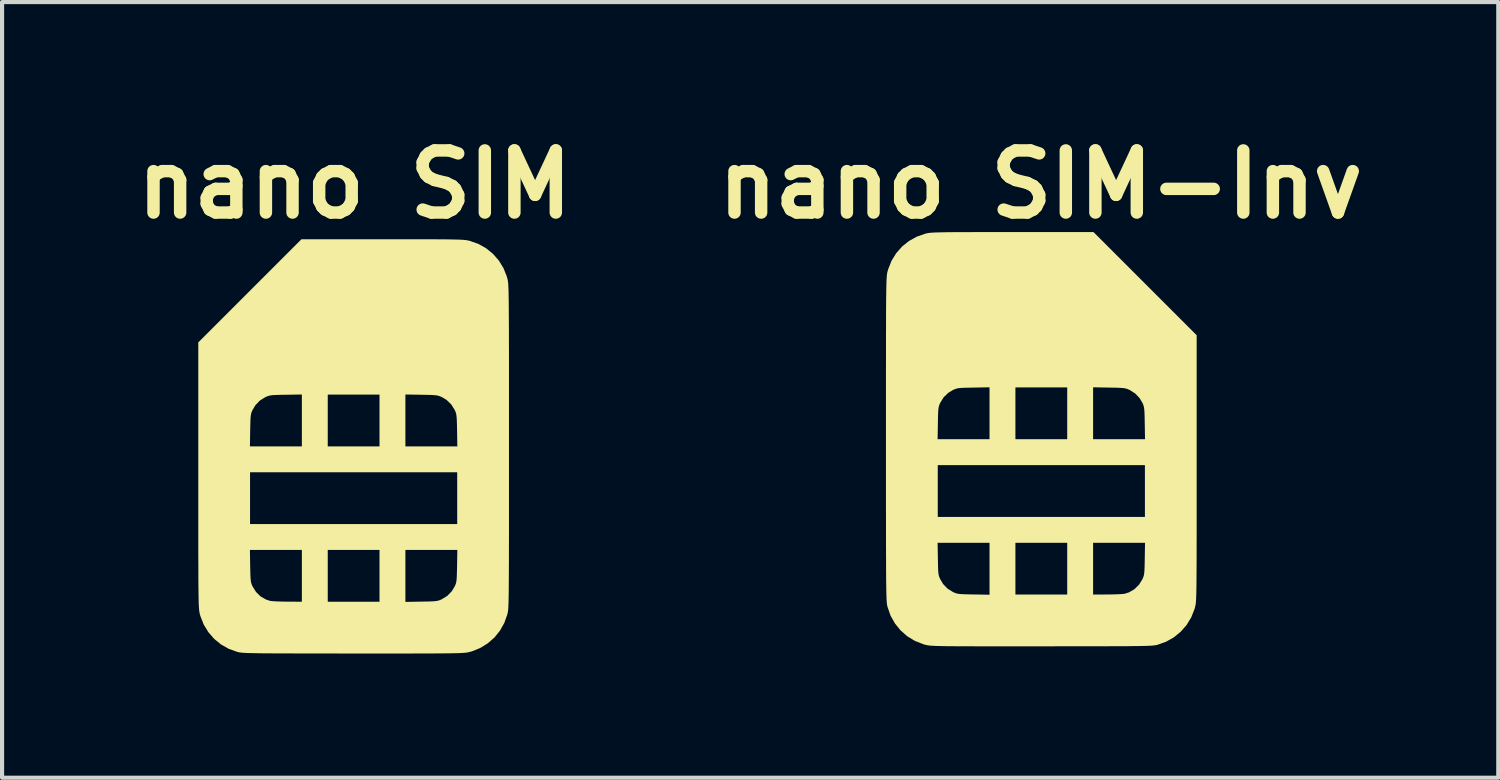
<source format=kicad_pcb>
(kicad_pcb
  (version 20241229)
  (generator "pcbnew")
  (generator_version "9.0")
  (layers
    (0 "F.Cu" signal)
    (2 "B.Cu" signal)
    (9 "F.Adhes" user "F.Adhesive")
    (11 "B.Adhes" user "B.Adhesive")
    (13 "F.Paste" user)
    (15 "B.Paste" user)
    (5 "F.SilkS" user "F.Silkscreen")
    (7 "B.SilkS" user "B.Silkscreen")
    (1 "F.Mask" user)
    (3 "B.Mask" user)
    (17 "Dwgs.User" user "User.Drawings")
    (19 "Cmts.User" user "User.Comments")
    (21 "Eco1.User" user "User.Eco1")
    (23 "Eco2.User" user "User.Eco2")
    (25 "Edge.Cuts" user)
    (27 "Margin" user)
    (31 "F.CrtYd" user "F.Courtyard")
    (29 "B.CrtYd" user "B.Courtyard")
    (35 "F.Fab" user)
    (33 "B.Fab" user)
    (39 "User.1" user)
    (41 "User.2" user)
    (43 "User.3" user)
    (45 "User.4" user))
  (footprint "nano SIM-Inv"
    (layer "F.Cu")
    (at 21.829 7.629)
    (property "Reference" "nano SIM-Inv" (at 0.25 -6.225 0) (layer "F.SilkS") (effects (font (size 1.5 1.5) (thickness 0.3))))
    (attr board_only exclude_from_pos_files exclude_from_bom)
    (fp_poly (pts (xy -0.75 -5.075) (xy -1.034 -5.075) (xy -1.283 -5.075) (xy -1.501 -5.074) (xy -1.689 -5.074) (xy -1.85 -5.073) (xy -1.987 -5.072) (xy -2.102 -5.07) (xy -2.197 -5.068) (xy -2.275 -5.066) (xy -2.339 -5.063) (xy -2.39 -5.06) (xy -2.431 -5.056) (xy -2.464 -5.052) (xy -2.493 -5.046) (xy -2.519 -5.041) (xy -2.536 -5.036) (xy -2.743 -4.964) (xy -2.931 -4.859) (xy -3.098 -4.725) (xy -3.239 -4.564) (xy -3.352 -4.381) (xy -3.432 -4.178) (xy -3.447 -4.125) (xy -3.452 -4.107) (xy -3.456 -4.087) (xy -3.46 -4.065) (xy -3.463 -4.039) (xy -3.466 -4.006) (xy -3.469 -3.966) (xy -3.472 -3.917) (xy -3.474 -3.857) (xy -3.476 -3.784) (xy -3.478 -3.696) (xy -3.479 -3.593) (xy -3.481 -3.472) (xy -3.482 -3.332) (xy -3.483 -3.171) (xy -3.484 -2.988) (xy -3.484 -2.78) (xy -3.485 -2.546) (xy -3.485 -2.285) (xy -3.485 -1.994) (xy -3.486 -1.673) (xy -3.486 -1.319) (xy -3.486 -0.931) (xy -3.486 -0.507) (xy -3.486 -0.073) (xy -3.486 0.386) (xy -3.486 0.808) (xy -3.486 1.194) (xy -3.486 1.546) (xy -3.485 1.866) (xy -3.485 2.154) (xy -3.485 2.414) (xy -3.484 2.646) (xy -3.483 2.853) (xy -3.483 3.035) (xy -3.482 3.195) (xy -3.481 3.333) (xy -3.479 3.453) (xy -3.478 3.555) (xy -3.476 3.642) (xy -3.474 3.714) (xy -3.472 3.774) (xy -3.469 3.823) (xy -3.466 3.862) (xy -3.463 3.894) (xy -3.46 3.92) (xy -3.456 3.942) (xy -3.451 3.962) (xy -3.447 3.979) (xy -3.375 4.186) (xy -3.27 4.374) (xy -3.135 4.541) (xy -2.975 4.682) (xy -2.792 4.794) (xy -2.589 4.875) (xy -2.536 4.89) (xy -2.514 4.896) (xy -2.491 4.9) (xy -2.464 4.905) (xy -2.433 4.909) (xy -2.395 4.912) (xy -2.347 4.915) (xy -2.288 4.918) (xy -2.216 4.92) (xy -2.128 4.922) (xy -2.024 4.924) (xy -1.899 4.925) (xy -1.754 4.926) (xy -1.585 4.927) (xy -1.39 4.927) (xy -1.168 4.928) (xy -0.916 4.928) (xy -0.632 4.928) (xy -0.315 4.928) (xy 0.038 4.928) (xy 0.274 4.928) (xy 0.65 4.927) (xy 0.989 4.927) (xy 1.294 4.927) (xy 1.565 4.927) (xy 1.806 4.926) (xy 2.017 4.925) (xy 2.202 4.925) (xy 2.362 4.924) (xy 2.499 4.922) (xy 2.616 4.921) (xy 2.713 4.919) (xy 2.795 4.917) (xy 2.861 4.915) (xy 2.915 4.912) (xy 2.958 4.909) (xy 2.993 4.905) (xy 3.022 4.901) (xy 3.046 4.896) (xy 3.068 4.891) (xy 3.075 4.889) (xy 3.28 4.816) (xy 3.467 4.71) (xy 3.632 4.574) (xy 3.773 4.413) (xy 3.885 4.23) (xy 3.965 4.028) (xy 3.979 3.979) (xy 3.983 3.959) (xy 3.988 3.937) (xy 3.992 3.913) (xy 3.996 3.884) (xy 3.999 3.849) (xy 4.002 3.805) (xy 4.005 3.751) (xy 4.007 3.685) (xy 4.009 3.605) (xy 4.011 3.509) (xy 4.012 3.395) (xy 4.013 3.262) (xy 4.014 3.108) (xy 4.015 2.93) (xy 4.016 2.728) (xy 4.016 2.498) (xy 4.016 2.428) (xy 2.77 2.428) (xy 2.763 2.814) (xy 2.761 2.947) (xy 2.758 3.048) (xy 2.754 3.122) (xy 2.748 3.178) (xy 2.74 3.221) (xy 2.728 3.258) (xy 2.711 3.296) (xy 2.706 3.309) (xy 2.623 3.442) (xy 2.514 3.548) (xy 2.384 3.624) (xy 2.283 3.657) (xy 2.24 3.663) (xy 2.165 3.668) (xy 2.068 3.672) (xy 1.955 3.675) (xy 1.863 3.676) (xy 1.516 3.678) (xy 1.516 3.053) (xy 1.516 2.428) (xy 0.891 2.428) (xy 0.891 3.053) (xy 0.891 3.678) (xy 0.266 3.678) (xy -0.36 3.678) (xy -0.36 3.053) (xy -0.36 2.428) (xy -0.985 2.428) (xy -0.985 3.055) (xy -0.985 3.682) (xy -1.371 3.675) (xy -1.504 3.673) (xy -1.605 3.67) (xy -1.68 3.666) (xy -1.735 3.66) (xy -1.779 3.651) (xy -1.816 3.639) (xy -1.854 3.623) (xy -1.866 3.617) (xy -2 3.534) (xy -2.107 3.422) (xy -2.174 3.309) (xy -2.192 3.269) (xy -2.205 3.233) (xy -2.215 3.192) (xy -2.221 3.14) (xy -2.226 3.072) (xy -2.229 2.979) (xy -2.231 2.856) (xy -2.232 2.814) (xy -2.239 2.428) (xy -1.612 2.428) (xy -0.985 2.428) (xy -0.36 2.428) (xy 0.266 2.428) (xy 0.891 2.428) (xy 1.516 2.428) (xy 2.143 2.428) (xy 2.77 2.428) (xy 4.016 2.428) (xy 4.017 2.24) (xy 4.017 1.951) (xy 4.017 1.63) (xy 4.017 1.275) (xy 4.017 0.884) (xy 4.017 0.622) (xy 4.017 0.552) (xy 2.767 0.552) (xy 2.767 1.177) (xy 2.767 1.803) (xy 0.266 1.803) (xy -2.235 1.803) (xy -2.235 1.177) (xy -2.235 0.552) (xy 0.266 0.552) (xy 2.767 0.552) (xy 4.017 0.552) (xy 4.017 -0.073) (xy 2.77 -0.073) (xy 2.143 -0.073) (xy 1.516 -0.073) (xy 1.516 -0.7) (xy 1.516 -1.324) (xy 0.891 -1.324) (xy 0.891 -0.698) (xy 0.891 -0.073) (xy 0.266 -0.073) (xy -0.36 -0.073) (xy -0.36 -0.698) (xy -0.36 -1.324) (xy 0.266 -1.324) (xy 0.891 -1.324) (xy 1.516 -1.324) (xy 1.516 -1.327) (xy -0.985 -1.327) (xy -0.985 -0.7) (xy -0.985 -0.073) (xy -1.612 -0.073) (xy -2.239 -0.073) (xy -2.232 -0.459) (xy -2.23 -0.592) (xy -2.227 -0.693) (xy -2.223 -0.768) (xy -2.217 -0.824) (xy -2.208 -0.867) (xy -2.196 -0.904) (xy -2.18 -0.942) (xy -2.174 -0.954) (xy -2.091 -1.088) (xy -1.979 -1.195) (xy -1.866 -1.263) (xy -1.826 -1.28) (xy -1.79 -1.293) (xy -1.749 -1.303) (xy -1.698 -1.31) (xy -1.629 -1.314) (xy -1.537 -1.317) (xy -1.414 -1.319) (xy -1.371 -1.32) (xy -0.985 -1.327) (xy 1.516 -1.327) (xy 1.902 -1.32) (xy 2.035 -1.318) (xy 2.136 -1.315) (xy 2.211 -1.311) (xy 2.266 -1.305) (xy 2.31 -1.297) (xy 2.347 -1.285) (xy 2.385 -1.268) (xy 2.397 -1.263) (xy 2.531 -1.179) (xy 2.638 -1.067) (xy 2.706 -0.954) (xy 2.723 -0.915) (xy 2.736 -0.878) (xy 2.746 -0.837) (xy 2.752 -0.786) (xy 2.757 -0.718) (xy 2.76 -0.625) (xy 2.762 -0.503) (xy 2.763 -0.459) (xy 2.77 -0.073) (xy 4.017 -0.073) (xy 4.017 -2.584) (xy 2.771 -3.83) (xy 1.526 -5.075) (xy -0.43 -5.075)) (stroke (width 0) (type solid)) (fill yes) (layer "F.SilkS")))
  (footprint "nano SIM"
    (layer "F.Cu")
    (at 5.489 7.729)
    (property "Reference" "nano SIM" (at 0.025 -6.325 0) (layer "F.SilkS") (effects (font (size 1.5 1.5) (thickness 0.3))))
    (attr board_only exclude_from_pos_files exclude_from_bom)
    (fp_poly (pts (xy 1.016 -5.002) (xy 1.299 -5.002) (xy 1.549 -5.002) (xy 1.766 -5.001) (xy 1.954 -5.001) (xy 2.116 -5) (xy 2.253 -4.999) (xy 2.368 -4.997) (xy 2.463 -4.995) (xy 2.541 -4.993) (xy 2.604 -4.99) (xy 2.655 -4.987) (xy 2.696 -4.983) (xy 2.73 -4.978) (xy 2.759 -4.973) (xy 2.785 -4.967) (xy 2.802 -4.963) (xy 3.008 -4.891) (xy 3.197 -4.786) (xy 3.363 -4.651) (xy 3.504 -4.491) (xy 3.617 -4.308) (xy 3.698 -4.105) (xy 3.713 -4.052) (xy 3.717 -4.034) (xy 3.722 -4.014) (xy 3.725 -3.992) (xy 3.729 -3.966) (xy 3.732 -3.933) (xy 3.735 -3.893) (xy 3.737 -3.844) (xy 3.74 -3.783) (xy 3.742 -3.71) (xy 3.743 -3.623) (xy 3.745 -3.52) (xy 3.746 -3.399) (xy 3.747 -3.259) (xy 3.748 -3.098) (xy 3.749 -2.914) (xy 3.75 -2.707) (xy 3.75 -2.473) (xy 3.751 -2.212) (xy 3.751 -1.921) (xy 3.751 -1.6) (xy 3.751 -1.246) (xy 3.751 -0.858) (xy 3.751 -0.434) (xy 3.751 0) (xy 3.751 0.459) (xy 3.751 0.881) (xy 3.751 1.267) (xy 3.751 1.619) (xy 3.751 1.939) (xy 3.751 2.227) (xy 3.75 2.487) (xy 3.75 2.719) (xy 3.749 2.926) (xy 3.748 3.108) (xy 3.747 3.268) (xy 3.746 3.407) (xy 3.745 3.526) (xy 3.743 3.629) (xy 3.742 3.715) (xy 3.74 3.787) (xy 3.737 3.847) (xy 3.735 3.896) (xy 3.732 3.935) (xy 3.729 3.967) (xy 3.725 3.993) (xy 3.721 4.015) (xy 3.717 4.035) (xy 3.713 4.052) (xy 3.64 4.259) (xy 3.535 4.447) (xy 3.401 4.614) (xy 3.24 4.755) (xy 3.057 4.868) (xy 2.855 4.949) (xy 2.802 4.963) (xy 2.779 4.969) (xy 2.756 4.974) (xy 2.73 4.978) (xy 2.699 4.982) (xy 2.66 4.985) (xy 2.613 4.988) (xy 2.554 4.991) (xy 2.482 4.993) (xy 2.394 4.995) (xy 2.289 4.997) (xy 2.165 4.998) (xy 2.019 4.999) (xy 1.85 5) (xy 1.656 5) (xy 1.433 5.001) (xy 1.181 5.001) (xy 0.898 5.001) (xy 0.58 5.001) (xy 0.227 5.001) (xy -0.008 5.001) (xy -0.384 5.001) (xy -0.724 5) (xy -1.028 5) (xy -1.3 5) (xy -1.54 4.999) (xy -1.752 4.999) (xy -1.936 4.998) (xy -2.096 4.997) (xy -2.234 4.996) (xy -2.35 4.994) (xy -2.448 4.992) (xy -2.529 4.99) (xy -2.595 4.988) (xy -2.649 4.985) (xy -2.693 4.982) (xy -2.728 4.978) (xy -2.756 4.974) (xy -2.78 4.969) (xy -2.802 4.964) (xy -2.809 4.962) (xy -3.014 4.889) (xy -3.201 4.783) (xy -3.367 4.648) (xy -3.507 4.487) (xy -3.619 4.303) (xy -3.699 4.101) (xy -3.713 4.052) (xy -3.718 4.032) (xy -3.722 4.01) (xy -3.726 3.986) (xy -3.73 3.957) (xy -3.733 3.922) (xy -3.736 3.878) (xy -3.739 3.824) (xy -3.741 3.758) (xy -3.743 3.678) (xy -3.745 3.582) (xy -3.746 3.468) (xy -3.748 3.335) (xy -3.749 3.181) (xy -3.749 3.003) (xy -3.75 2.801) (xy -3.751 2.571) (xy -3.751 2.501) (xy -2.504 2.501) (xy -2.498 2.887) (xy -2.495 3.02) (xy -2.492 3.121) (xy -2.488 3.196) (xy -2.482 3.251) (xy -2.474 3.294) (xy -2.462 3.332) (xy -2.446 3.369) (xy -2.44 3.382) (xy -2.357 3.515) (xy -2.249 3.621) (xy -2.118 3.697) (xy -2.018 3.73) (xy -1.974 3.736) (xy -1.899 3.741) (xy -1.802 3.745) (xy -1.69 3.748) (xy -1.597 3.749) (xy -1.25 3.751) (xy -1.25 3.126) (xy -1.25 2.501) (xy -0.625 2.501) (xy -0.625 3.126) (xy -0.625 3.751) (xy 0 3.751) (xy 0.625 3.751) (xy 0.625 3.126) (xy 0.625 2.501) (xy 1.25 2.501) (xy 1.25 3.128) (xy 1.25 3.755) (xy 1.636 3.748) (xy 1.77 3.746) (xy 1.87 3.743) (xy 1.945 3.739) (xy 2.001 3.733) (xy 2.044 3.724) (xy 2.081 3.712) (xy 2.119 3.696) (xy 2.131 3.69) (xy 2.265 3.607) (xy 2.372 3.495) (xy 2.44 3.382) (xy 2.458 3.342) (xy 2.471 3.306) (xy 2.48 3.265) (xy 2.487 3.213) (xy 2.491 3.145) (xy 2.494 3.052) (xy 2.497 2.929) (xy 2.498 2.887) (xy 2.504 2.501) (xy 1.877 2.501) (xy 1.25 2.501) (xy 0.625 2.501) (xy 0 2.501) (xy -0.625 2.501) (xy -1.25 2.501) (xy -1.877 2.501) (xy -2.504 2.501) (xy -3.751 2.501) (xy -3.751 2.313) (xy -3.751 2.025) (xy -3.751 1.703) (xy -3.751 1.348) (xy -3.751 0.957) (xy -3.751 0.695) (xy -3.751 0.625) (xy -2.501 0.625) (xy -2.501 1.25) (xy -2.501 1.876) (xy 0 1.876) (xy 2.501 1.876) (xy 2.501 1.25) (xy 2.501 0.625) (xy 0 0.625) (xy -2.501 0.625) (xy -3.751 0.625) (xy -3.751 0) (xy -2.504 0) (xy -1.877 0) (xy -1.25 0) (xy -1.25 -0.627) (xy -1.25 -1.25) (xy -0.625 -1.25) (xy -0.625 -0.625) (xy -0.625 0) (xy 0 0) (xy 0.625 0) (xy 0.625 -0.625) (xy 0.625 -1.25) (xy 0 -1.25) (xy -0.625 -1.25) (xy -1.25 -1.25) (xy -1.25 -1.253) (xy 1.25 -1.253) (xy 1.25 -0.627) (xy 1.25 0) (xy 1.877 0) (xy 2.504 0) (xy 2.498 -0.386) (xy 2.495 -0.519) (xy 2.492 -0.62) (xy 2.488 -0.695) (xy 2.482 -0.751) (xy 2.474 -0.794) (xy 2.462 -0.831) (xy 2.446 -0.869) (xy 2.44 -0.881) (xy 2.356 -1.015) (xy 2.245 -1.122) (xy 2.131 -1.19) (xy 2.092 -1.207) (xy 2.055 -1.22) (xy 2.015 -1.23) (xy 1.963 -1.236) (xy 1.895 -1.241) (xy 1.803 -1.244) (xy 1.68 -1.246) (xy 1.636 -1.247) (xy 1.25 -1.253) (xy -1.25 -1.253) (xy -1.636 -1.247) (xy -1.77 -1.245) (xy -1.87 -1.242) (xy -1.945 -1.238) (xy -2.001 -1.232) (xy -2.044 -1.223) (xy -2.081 -1.211) (xy -2.119 -1.195) (xy -2.131 -1.19) (xy -2.265 -1.106) (xy -2.372 -0.994) (xy -2.44 -0.881) (xy -2.458 -0.842) (xy -2.471 -0.805) (xy -2.48 -0.764) (xy -2.487 -0.713) (xy -2.491 -0.644) (xy -2.494 -0.552) (xy -2.497 -0.429) (xy -2.498 -0.386) (xy -2.504 0) (xy -3.751 0) (xy -3.751 -2.511) (xy -2.506 -3.756) (xy -1.26 -5.002) (xy 0.695 -5.002)) (stroke (width 0) (type solid)) (fill yes) (layer "F.SilkS")))
  (gr_rect
    (start -3 -3)
    (end 33.129 15.73)
    (stroke (width 0.1) (type default))
    (fill no)
    (layer "Edge.Cuts")))
</source>
